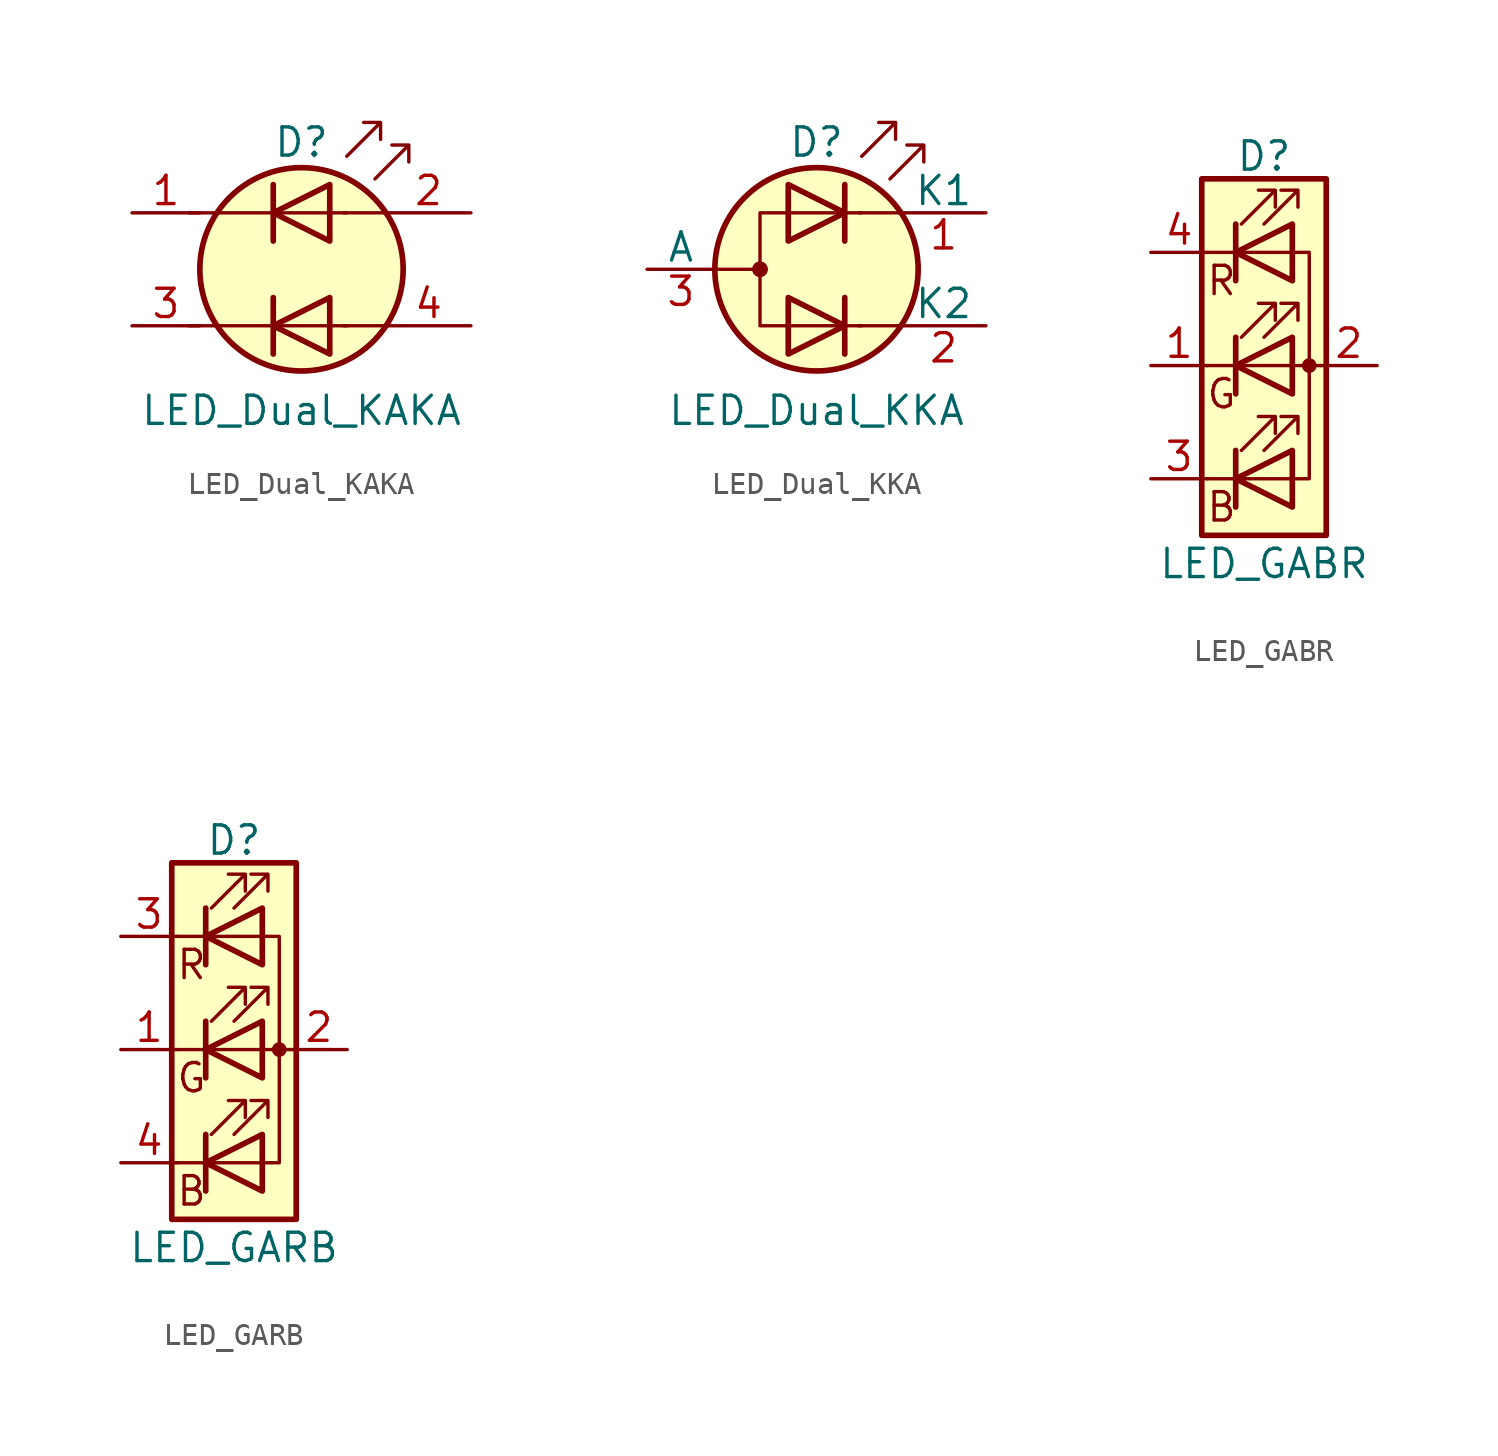
<source format=kicad_sym>
(kicad_symbol_lib
  (version 20211014)
  (generator kicad_symbol_editor)
  (symbol "LED_Dual_KAKA"
    (pin_names
      (offset 0) hide)
    (property "Reference" "D"
      (at 0 5.715 0)
      (effects (font (size 1.27 1.27))))
    (property "Value" "LED_Dual_KAKA"
      (at 0 -6.35 0)
      (effects (font (size 1.27 1.27))))
    (symbol "LED_Dual_KAKA_0_1"
      (polyline (pts (xy -5.08 -2.54) (xy 2.032 -2.54)) (stroke (width 0) (type default) (color 0 0 0 0)) (fill (type none)))
      (polyline (pts (xy -5.08 2.54) (xy 2.032 2.54)) (stroke (width 0) (type default) (color 0 0 0 0)) (fill (type none)))
      (polyline (pts (xy -1.27 -1.27) (xy -1.27 -3.81)) (stroke (width 0.254) (type default) (color 0 0 0 0)) (fill (type none)))
      (polyline (pts (xy -1.27 3.81) (xy -1.27 1.27)) (stroke (width 0.254) (type default) (color 0 0 0 0)) (fill (type none)))
      (polyline (pts (xy 3.81 -2.54) (xy 1.905 -2.54)) (stroke (width 0) (type default) (color 0 0 0 0)) (fill (type none)))
      (polyline (pts (xy 3.81 2.54) (xy 1.905 2.54)) (stroke (width 0) (type default) (color 0 0 0 0)) (fill (type none)))
      (polyline (pts (xy 1.27 -1.27) (xy 1.27 -3.81) (xy -1.27 -2.54) (xy 1.27 -1.27)) (stroke (width 0.254) (type default) (color 0 0 0 0)) (fill (type none)))
      (polyline (pts (xy 1.27 3.81) (xy 1.27 1.27) (xy -1.27 2.54) (xy 1.27 3.81)) (stroke (width 0.254) (type default) (color 0 0 0 0)) (fill (type none)))
      (polyline (pts (xy 2.032 5.08) (xy 3.556 6.604) (xy 2.794 6.604) (xy 3.556 6.604) (xy 3.556 5.842)) (stroke (width 0) (type default) (color 0 0 0 0)) (fill (type none)))
      (polyline (pts (xy 3.302 4.064) (xy 4.826 5.588) (xy 4.064 5.588) (xy 4.826 5.588) (xy 4.826 4.826)) (stroke (width 0) (type default) (color 0 0 0 0)) (fill (type none)))
      (circle (center 0 0) (radius 4.572) (stroke (width 0.254) (type default) (color 0 0 0 0)) (fill (type background))))
    (symbol "LED_Dual_KAKA_1_1"
      (pin input line (at -7.62 2.54 0) (length 3.048) (name "A1" (effects (font (size 1.27 1.27)))) (number "1" (effects (font (size 1.27 1.27)))))
      (pin input line (at 7.62 2.54 180) (length 3.81) (name "K1" (effects (font (size 1.27 1.27)))) (number "2" (effects (font (size 1.27 1.27)))))
      (pin input line (at -7.62 -2.54 0) (length 3.048) (name "A2" (effects (font (size 1.27 1.27)))) (number "3" (effects (font (size 1.27 1.27)))))
      (pin input line (at 7.62 -2.54 180) (length 3.81) (name "K2" (effects (font (size 1.27 1.27)))) (number "4" (effects (font (size 1.27 1.27)))))))
  (symbol "LED_Dual_KKA"
    (pin_names
      (offset 0))
    (property "Reference" "D"
      (at 0 5.715 0)
      (effects (font (size 1.27 1.27))))
    (property "Value" "LED_Dual_KKA"
      (at 0 -6.35 0)
      (effects (font (size 1.27 1.27))))
    (symbol "LED_Dual_KKA_0_1"
      (circle (center -2.54 0) (radius 0.279) (stroke (width 0) (type default) (color 0 0 0 0)) (fill (type outline)))
      (polyline (pts (xy -4.572 0) (xy -2.54 0)) (stroke (width 0) (type default) (color 0 0 0 0)) (fill (type none)))
      (polyline (pts (xy 1.27 -1.27) (xy 1.27 -3.81)) (stroke (width 0.254) (type default) (color 0 0 0 0)) (fill (type none)))
      (polyline (pts (xy 1.27 3.81) (xy 1.27 1.27)) (stroke (width 0.254) (type default) (color 0 0 0 0)) (fill (type none)))
      (polyline (pts (xy 3.81 -2.54) (xy 1.905 -2.54)) (stroke (width 0) (type default) (color 0 0 0 0)) (fill (type none)))
      (polyline (pts (xy 3.81 2.54) (xy 1.905 2.54)) (stroke (width 0) (type default) (color 0 0 0 0)) (fill (type none)))
      (polyline (pts (xy -1.27 -1.27) (xy -1.27 -3.81) (xy 1.27 -2.54) (xy -1.27 -1.27)) (stroke (width 0.254) (type default) (color 0 0 0 0)) (fill (type none)))
      (polyline (pts (xy -1.27 3.81) (xy -1.27 1.27) (xy 1.27 2.54) (xy -1.27 3.81)) (stroke (width 0.254) (type default) (color 0 0 0 0)) (fill (type none)))
      (polyline (pts (xy 2.032 2.54) (xy -2.54 2.54) (xy -2.54 -2.54) (xy 2.032 -2.54)) (stroke (width 0) (type default) (color 0 0 0 0)) (fill (type none)))
      (polyline (pts (xy 2.032 5.08) (xy 3.556 6.604) (xy 2.794 6.604) (xy 3.556 6.604) (xy 3.556 5.842)) (stroke (width 0) (type default) (color 0 0 0 0)) (fill (type none)))
      (polyline (pts (xy 3.302 4.064) (xy 4.826 5.588) (xy 4.064 5.588) (xy 4.826 5.588) (xy 4.826 4.826)) (stroke (width 0) (type default) (color 0 0 0 0)) (fill (type none)))
      (circle (center 0 0) (radius 4.572) (stroke (width 0.254) (type default) (color 0 0 0 0)) (fill (type background))))
    (symbol "LED_Dual_KKA_1_1"
      (pin input line (at 7.62 2.54 180) (length 3.81) (name "K1" (effects (font (size 1.27 1.27)))) (number "1" (effects (font (size 1.27 1.27)))))
      (pin input line (at 7.62 -2.54 180) (length 3.81) (name "K2" (effects (font (size 1.27 1.27)))) (number "2" (effects (font (size 1.27 1.27)))))
      (pin input line (at -7.62 0 0) (length 3.048) (name "A" (effects (font (size 1.27 1.27)))) (number "3" (effects (font (size 1.27 1.27)))))))
  (symbol "LED_GABR"
    (pin_names
      (offset 0) hide)
    (property "Reference" "D"
      (at 0 9.398 0)
      (effects (font (size 1.27 1.27))))
    (property "Value" "LED_GABR"
      (at 0 -8.89 0)
      (effects (font (size 1.27 1.27))))
    (symbol "LED_GABR_0_0"
      (text "B" (at -1.905 -6.35 0) (effects (font (size 1.27 1.27))))
      (text "G" (at -1.905 -1.27 0) (effects (font (size 1.27 1.27))))
      (text "R" (at -1.905 3.81 0) (effects (font (size 1.27 1.27)))))
    (symbol "LED_GABR_0_1"
      (polyline (pts (xy -1.27 -5.08) (xy -2.54 -5.08)) (stroke (width 0) (type default) (color 0 0 0 0)) (fill (type none)))
      (polyline (pts (xy -1.27 -5.08) (xy 1.27 -5.08)) (stroke (width 0) (type default) (color 0 0 0 0)) (fill (type none)))
      (polyline (pts (xy -1.27 -3.81) (xy -1.27 -6.35)) (stroke (width 0.254) (type default) (color 0 0 0 0)) (fill (type none)))
      (polyline (pts (xy -1.27 0) (xy -2.54 0)) (stroke (width 0) (type default) (color 0 0 0 0)) (fill (type none)))
      (polyline (pts (xy -1.27 1.27) (xy -1.27 -1.27)) (stroke (width 0.254) (type default) (color 0 0 0 0)) (fill (type none)))
      (polyline (pts (xy -1.27 5.08) (xy -2.54 5.08)) (stroke (width 0) (type default) (color 0 0 0 0)) (fill (type none)))
      (polyline (pts (xy -1.27 5.08) (xy 1.27 5.08)) (stroke (width 0) (type default) (color 0 0 0 0)) (fill (type none)))
      (polyline (pts (xy -1.27 6.35) (xy -1.27 3.81)) (stroke (width 0.254) (type default) (color 0 0 0 0)) (fill (type none)))
      (polyline (pts (xy 1.27 0) (xy -1.27 0)) (stroke (width 0) (type default) (color 0 0 0 0)) (fill (type none)))
      (polyline (pts (xy 1.27 0) (xy 2.54 0)) (stroke (width 0) (type default) (color 0 0 0 0)) (fill (type none)))
      (polyline (pts (xy -1.27 1.27) (xy -1.27 -1.27) (xy -1.27 -1.27)) (stroke (width 0) (type default) (color 0 0 0 0)) (fill (type none)))
      (polyline (pts (xy -1.27 6.35) (xy -1.27 3.81) (xy -1.27 3.81)) (stroke (width 0) (type default) (color 0 0 0 0)) (fill (type none)))
      (polyline (pts (xy 1.27 -5.08) (xy 2.032 -5.08) (xy 2.032 5.08) (xy 1.27 5.08)) (stroke (width 0) (type default) (color 0 0 0 0)) (fill (type none)))
      (polyline (pts (xy 1.27 -3.81) (xy 1.27 -6.35) (xy -1.27 -5.08) (xy 1.27 -3.81)) (stroke (width 0.254) (type default) (color 0 0 0 0)) (fill (type none)))
      (polyline (pts (xy 1.27 1.27) (xy 1.27 -1.27) (xy -1.27 0) (xy 1.27 1.27)) (stroke (width 0.254) (type default) (color 0 0 0 0)) (fill (type none)))
      (polyline (pts (xy 1.27 6.35) (xy 1.27 3.81) (xy -1.27 5.08) (xy 1.27 6.35)) (stroke (width 0.254) (type default) (color 0 0 0 0)) (fill (type none)))
      (polyline (pts (xy -1.016 -3.81) (xy 0.508 -2.286) (xy -0.254 -2.286) (xy 0.508 -2.286) (xy 0.508 -3.048)) (stroke (width 0) (type default) (color 0 0 0 0)) (fill (type none)))
      (polyline (pts (xy -1.016 1.27) (xy 0.508 2.794) (xy -0.254 2.794) (xy 0.508 2.794) (xy 0.508 2.032)) (stroke (width 0) (type default) (color 0 0 0 0)) (fill (type none)))
      (polyline (pts (xy -1.016 6.35) (xy 0.508 7.874) (xy -0.254 7.874) (xy 0.508 7.874) (xy 0.508 7.112)) (stroke (width 0) (type default) (color 0 0 0 0)) (fill (type none)))
      (polyline (pts (xy 0 -3.81) (xy 1.524 -2.286) (xy 0.762 -2.286) (xy 1.524 -2.286) (xy 1.524 -3.048)) (stroke (width 0) (type default) (color 0 0 0 0)) (fill (type none)))
      (polyline (pts (xy 0 1.27) (xy 1.524 2.794) (xy 0.762 2.794) (xy 1.524 2.794) (xy 1.524 2.032)) (stroke (width 0) (type default) (color 0 0 0 0)) (fill (type none)))
      (polyline (pts (xy 0 6.35) (xy 1.524 7.874) (xy 0.762 7.874) (xy 1.524 7.874) (xy 1.524 7.112)) (stroke (width 0) (type default) (color 0 0 0 0)) (fill (type none)))
      (rectangle (start 1.27 -1.27) (end 1.27 1.27) (stroke (width 0) (type default) (color 0 0 0 0)) (fill (type none)))
      (rectangle (start 1.27 1.27) (end 1.27 1.27) (stroke (width 0) (type default) (color 0 0 0 0)) (fill (type none)))
      (rectangle (start 1.27 3.81) (end 1.27 6.35) (stroke (width 0) (type default) (color 0 0 0 0)) (fill (type none)))
      (rectangle (start 1.27 6.35) (end 1.27 6.35) (stroke (width 0) (type default) (color 0 0 0 0)) (fill (type none)))
      (circle (center 2.032 0) (radius 0.254) (stroke (width 0) (type default) (color 0 0 0 0)) (fill (type outline)))
      (rectangle (start 2.794 8.382) (end -2.794 -7.62) (stroke (width 0.254) (type default) (color 0 0 0 0)) (fill (type background))))
    (symbol "LED_GABR_1_1"
      (pin passive line (at -5.08 0 0) (length 2.54) (name "GK" (effects (font (size 1.27 1.27)))) (number "1" (effects (font (size 1.27 1.27)))))
      (pin passive line (at 5.08 0 180) (length 2.54) (name "A" (effects (font (size 1.27 1.27)))) (number "2" (effects (font (size 1.27 1.27)))))
      (pin passive line (at -5.08 -5.08 0) (length 2.54) (name "BK" (effects (font (size 1.27 1.27)))) (number "3" (effects (font (size 1.27 1.27)))))
      (pin passive line (at -5.08 5.08 0) (length 2.54) (name "RK" (effects (font (size 1.27 1.27)))) (number "4" (effects (font (size 1.27 1.27)))))))
  (symbol "LED_GARB"
    (pin_names
      (offset 0) hide)
    (property "Reference" "D"
      (at 0 9.398 0)
      (effects (font (size 1.27 1.27))))
    (property "Value" "LED_GARB"
      (at 0 -8.89 0)
      (effects (font (size 1.27 1.27))))
    (symbol "LED_GARB_0_0"
      (text "B" (at -1.905 -6.35 0) (effects (font (size 1.27 1.27))))
      (text "G" (at -1.905 -1.27 0) (effects (font (size 1.27 1.27))))
      (text "R" (at -1.905 3.81 0) (effects (font (size 1.27 1.27)))))
    (symbol "LED_GARB_0_1"
      (polyline (pts (xy -1.27 -5.08) (xy -2.54 -5.08)) (stroke (width 0) (type default) (color 0 0 0 0)) (fill (type none)))
      (polyline (pts (xy -1.27 -5.08) (xy 1.27 -5.08)) (stroke (width 0) (type default) (color 0 0 0 0)) (fill (type none)))
      (polyline (pts (xy -1.27 -3.81) (xy -1.27 -6.35)) (stroke (width 0.254) (type default) (color 0 0 0 0)) (fill (type none)))
      (polyline (pts (xy -1.27 0) (xy -2.54 0)) (stroke (width 0) (type default) (color 0 0 0 0)) (fill (type none)))
      (polyline (pts (xy -1.27 1.27) (xy -1.27 -1.27)) (stroke (width 0.254) (type default) (color 0 0 0 0)) (fill (type none)))
      (polyline (pts (xy -1.27 5.08) (xy -2.54 5.08)) (stroke (width 0) (type default) (color 0 0 0 0)) (fill (type none)))
      (polyline (pts (xy -1.27 5.08) (xy 1.27 5.08)) (stroke (width 0) (type default) (color 0 0 0 0)) (fill (type none)))
      (polyline (pts (xy -1.27 6.35) (xy -1.27 3.81)) (stroke (width 0.254) (type default) (color 0 0 0 0)) (fill (type none)))
      (polyline (pts (xy 1.27 0) (xy -1.27 0)) (stroke (width 0) (type default) (color 0 0 0 0)) (fill (type none)))
      (polyline (pts (xy 1.27 0) (xy 2.54 0)) (stroke (width 0) (type default) (color 0 0 0 0)) (fill (type none)))
      (polyline (pts (xy -1.27 1.27) (xy -1.27 -1.27) (xy -1.27 -1.27)) (stroke (width 0) (type default) (color 0 0 0 0)) (fill (type none)))
      (polyline (pts (xy -1.27 6.35) (xy -1.27 3.81) (xy -1.27 3.81)) (stroke (width 0) (type default) (color 0 0 0 0)) (fill (type none)))
      (polyline (pts (xy 1.27 -5.08) (xy 2.032 -5.08) (xy 2.032 5.08) (xy 1.27 5.08)) (stroke (width 0) (type default) (color 0 0 0 0)) (fill (type none)))
      (polyline (pts (xy 1.27 -3.81) (xy 1.27 -6.35) (xy -1.27 -5.08) (xy 1.27 -3.81)) (stroke (width 0.254) (type default) (color 0 0 0 0)) (fill (type none)))
      (polyline (pts (xy 1.27 1.27) (xy 1.27 -1.27) (xy -1.27 0) (xy 1.27 1.27)) (stroke (width 0.254) (type default) (color 0 0 0 0)) (fill (type none)))
      (polyline (pts (xy 1.27 6.35) (xy 1.27 3.81) (xy -1.27 5.08) (xy 1.27 6.35)) (stroke (width 0.254) (type default) (color 0 0 0 0)) (fill (type none)))
      (polyline (pts (xy -1.016 -3.81) (xy 0.508 -2.286) (xy -0.254 -2.286) (xy 0.508 -2.286) (xy 0.508 -3.048)) (stroke (width 0) (type default) (color 0 0 0 0)) (fill (type none)))
      (polyline (pts (xy -1.016 1.27) (xy 0.508 2.794) (xy -0.254 2.794) (xy 0.508 2.794) (xy 0.508 2.032)) (stroke (width 0) (type default) (color 0 0 0 0)) (fill (type none)))
      (polyline (pts (xy -1.016 6.35) (xy 0.508 7.874) (xy -0.254 7.874) (xy 0.508 7.874) (xy 0.508 7.112)) (stroke (width 0) (type default) (color 0 0 0 0)) (fill (type none)))
      (polyline (pts (xy 0 -3.81) (xy 1.524 -2.286) (xy 0.762 -2.286) (xy 1.524 -2.286) (xy 1.524 -3.048)) (stroke (width 0) (type default) (color 0 0 0 0)) (fill (type none)))
      (polyline (pts (xy 0 1.27) (xy 1.524 2.794) (xy 0.762 2.794) (xy 1.524 2.794) (xy 1.524 2.032)) (stroke (width 0) (type default) (color 0 0 0 0)) (fill (type none)))
      (polyline (pts (xy 0 6.35) (xy 1.524 7.874) (xy 0.762 7.874) (xy 1.524 7.874) (xy 1.524 7.112)) (stroke (width 0) (type default) (color 0 0 0 0)) (fill (type none)))
      (rectangle (start 1.27 -1.27) (end 1.27 1.27) (stroke (width 0) (type default) (color 0 0 0 0)) (fill (type none)))
      (rectangle (start 1.27 1.27) (end 1.27 1.27) (stroke (width 0) (type default) (color 0 0 0 0)) (fill (type none)))
      (rectangle (start 1.27 3.81) (end 1.27 6.35) (stroke (width 0) (type default) (color 0 0 0 0)) (fill (type none)))
      (rectangle (start 1.27 6.35) (end 1.27 6.35) (stroke (width 0) (type default) (color 0 0 0 0)) (fill (type none)))
      (circle (center 2.032 0) (radius 0.254) (stroke (width 0) (type default) (color 0 0 0 0)) (fill (type outline)))
      (rectangle (start 2.794 8.382) (end -2.794 -7.62) (stroke (width 0.254) (type default) (color 0 0 0 0)) (fill (type background))))
    (symbol "LED_GARB_1_1"
      (pin passive line (at -5.08 0 0) (length 2.54) (name "GK" (effects (font (size 1.27 1.27)))) (number "1" (effects (font (size 1.27 1.27)))))
      (pin passive line (at 5.08 0 180) (length 2.54) (name "A" (effects (font (size 1.27 1.27)))) (number "2" (effects (font (size 1.27 1.27)))))
      (pin passive line (at -5.08 5.08 0) (length 2.54) (name "RK" (effects (font (size 1.27 1.27)))) (number "3" (effects (font (size 1.27 1.27)))))
      (pin passive line (at -5.08 -5.08 0) (length 2.54) (name "BK" (effects (font (size 1.27 1.27)))) (number "4" (effects (font (size 1.27 1.27))))))))
</source>
